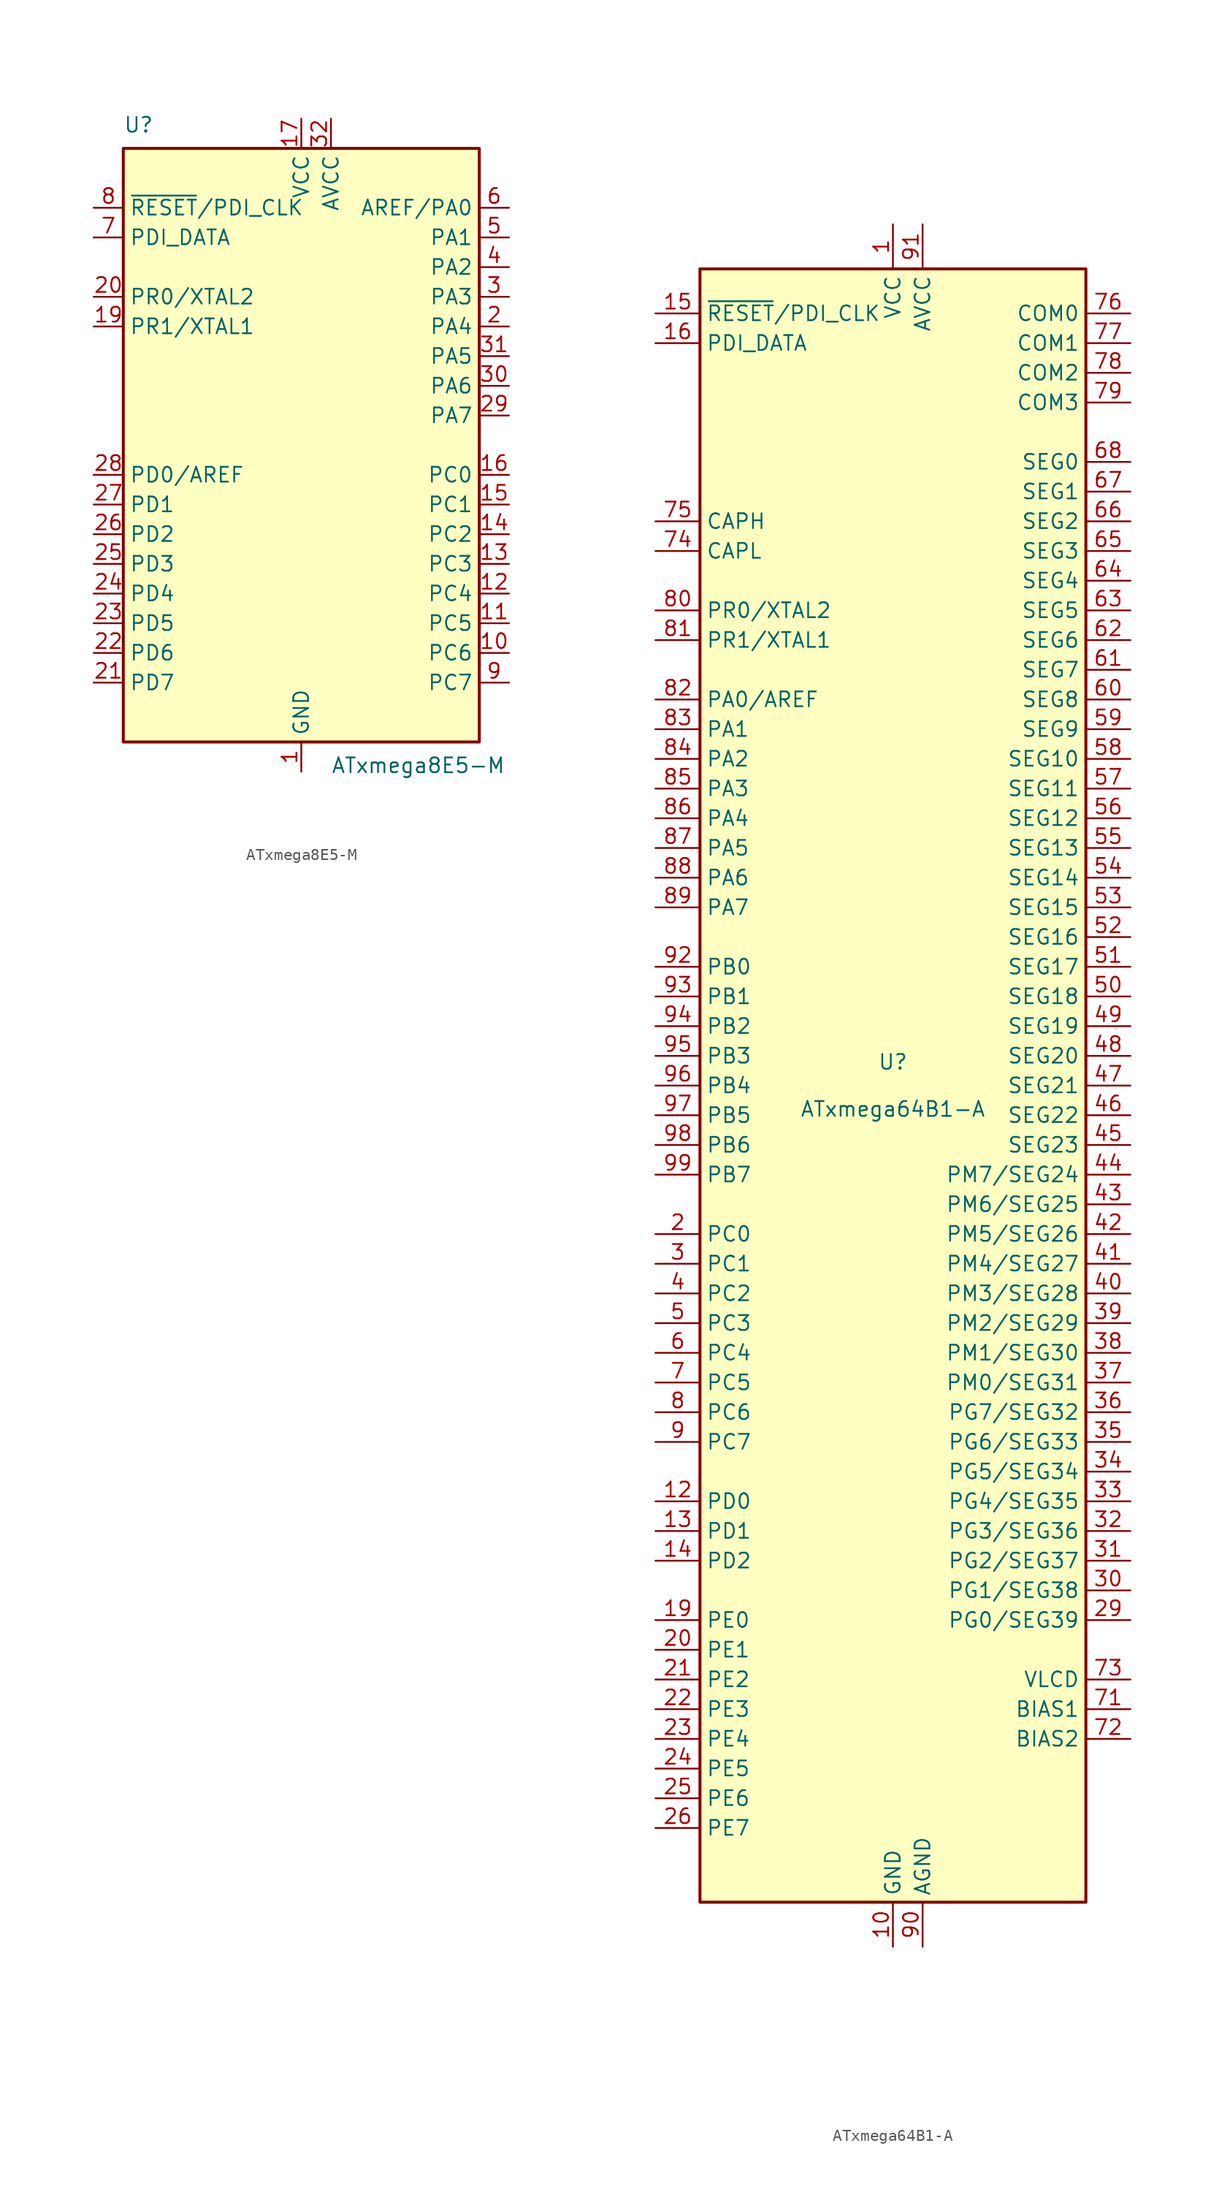
<source format=kicad_sym>
(kicad_symbol_lib
  (version 20241209)
  (generator "kicad_symbol_editor")
  (generator_version "9.0")
  (symbol "ATxmega8E5-M"
    (property "Reference" "U"
      (at -15.24 26.67 0)
      (effects (font (size 1.27 1.27)) (justify left bottom)))
    (property "Value" "ATxmega8E5-M"
      (at 2.54 -26.67 0)
      (effects (font (size 1.27 1.27)) (justify left top)))
    (symbol "ATxmega8E5-M_0_1"
      (rectangle (start -15.24 -25.4) (end 15.24 25.4) (stroke (width 0.254) (type default)) (fill (type background))))
    (symbol "ATxmega8E5-M_1_1"
      (pin input line (at -17.78 20.32 0) (length 2.54) (name "~{RESET}/PDI_CLK" (effects (font (size 1.27 1.27)))) (number "8" (effects (font (size 1.27 1.27)))))
      (pin bidirectional line (at -17.78 17.78 0) (length 2.54) (name "PDI_DATA" (effects (font (size 1.27 1.27)))) (number "7" (effects (font (size 1.27 1.27)))))
      (pin bidirectional line (at -17.78 12.7 0) (length 2.54) (name "PR0/XTAL2" (effects (font (size 1.27 1.27)))) (number "20" (effects (font (size 1.27 1.27)))))
      (pin bidirectional line (at -17.78 10.16 0) (length 2.54) (name "PR1/XTAL1" (effects (font (size 1.27 1.27)))) (number "19" (effects (font (size 1.27 1.27)))))
      (pin bidirectional line (at -17.78 -2.54 0) (length 2.54) (name "PD0/AREF" (effects (font (size 1.27 1.27)))) (number "28" (effects (font (size 1.27 1.27)))))
      (pin bidirectional line (at -17.78 -5.08 0) (length 2.54) (name "PD1" (effects (font (size 1.27 1.27)))) (number "27" (effects (font (size 1.27 1.27)))))
      (pin bidirectional line (at -17.78 -7.62 0) (length 2.54) (name "PD2" (effects (font (size 1.27 1.27)))) (number "26" (effects (font (size 1.27 1.27)))))
      (pin bidirectional line (at -17.78 -10.16 0) (length 2.54) (name "PD3" (effects (font (size 1.27 1.27)))) (number "25" (effects (font (size 1.27 1.27)))))
      (pin bidirectional line (at -17.78 -12.7 0) (length 2.54) (name "PD4" (effects (font (size 1.27 1.27)))) (number "24" (effects (font (size 1.27 1.27)))))
      (pin bidirectional line (at -17.78 -15.24 0) (length 2.54) (name "PD5" (effects (font (size 1.27 1.27)))) (number "23" (effects (font (size 1.27 1.27)))))
      (pin bidirectional line (at -17.78 -17.78 0) (length 2.54) (name "PD6" (effects (font (size 1.27 1.27)))) (number "22" (effects (font (size 1.27 1.27)))))
      (pin bidirectional line (at -17.78 -20.32 0) (length 2.54) (name "PD7" (effects (font (size 1.27 1.27)))) (number "21" (effects (font (size 1.27 1.27)))))
      (pin power_in line (at 0 27.94 270) (length 2.54) (name "VCC" (effects (font (size 1.27 1.27)))) (number "17" (effects (font (size 1.27 1.27)))))
      (pin power_in line (at 0 -27.94 90) (length 2.54) (name "GND" (effects (font (size 1.27 1.27)))) (number "1" (effects (font (size 1.27 1.27)))))
      (pin passive line (at 0 -27.94 90) (length 2.54) (hide yes) (name "GND" (effects (font (size 1.27 1.27)))) (number "18" (effects (font (size 1.27 1.27)))))
      (pin passive line (at 0 -27.94 90) (length 2.54) (hide yes) (name "GND" (effects (font (size 1.27 1.27)))) (number "33" (effects (font (size 1.27 1.27)))))
      (pin power_in line (at 2.54 27.94 270) (length 2.54) (name "AVCC" (effects (font (size 1.27 1.27)))) (number "32" (effects (font (size 1.27 1.27)))))
      (pin bidirectional line (at 17.78 20.32 180) (length 2.54) (name "AREF/PA0" (effects (font (size 1.27 1.27)))) (number "6" (effects (font (size 1.27 1.27)))))
      (pin bidirectional line (at 17.78 17.78 180) (length 2.54) (name "PA1" (effects (font (size 1.27 1.27)))) (number "5" (effects (font (size 1.27 1.27)))))
      (pin bidirectional line (at 17.78 15.24 180) (length 2.54) (name "PA2" (effects (font (size 1.27 1.27)))) (number "4" (effects (font (size 1.27 1.27)))))
      (pin bidirectional line (at 17.78 12.7 180) (length 2.54) (name "PA3" (effects (font (size 1.27 1.27)))) (number "3" (effects (font (size 1.27 1.27)))))
      (pin bidirectional line (at 17.78 10.16 180) (length 2.54) (name "PA4" (effects (font (size 1.27 1.27)))) (number "2" (effects (font (size 1.27 1.27)))))
      (pin bidirectional line (at 17.78 7.62 180) (length 2.54) (name "PA5" (effects (font (size 1.27 1.27)))) (number "31" (effects (font (size 1.27 1.27)))))
      (pin bidirectional line (at 17.78 5.08 180) (length 2.54) (name "PA6" (effects (font (size 1.27 1.27)))) (number "30" (effects (font (size 1.27 1.27)))))
      (pin bidirectional line (at 17.78 2.54 180) (length 2.54) (name "PA7" (effects (font (size 1.27 1.27)))) (number "29" (effects (font (size 1.27 1.27)))))
      (pin bidirectional line (at 17.78 -2.54 180) (length 2.54) (name "PC0" (effects (font (size 1.27 1.27)))) (number "16" (effects (font (size 1.27 1.27)))))
      (pin bidirectional line (at 17.78 -5.08 180) (length 2.54) (name "PC1" (effects (font (size 1.27 1.27)))) (number "15" (effects (font (size 1.27 1.27)))))
      (pin bidirectional line (at 17.78 -7.62 180) (length 2.54) (name "PC2" (effects (font (size 1.27 1.27)))) (number "14" (effects (font (size 1.27 1.27)))))
      (pin bidirectional line (at 17.78 -10.16 180) (length 2.54) (name "PC3" (effects (font (size 1.27 1.27)))) (number "13" (effects (font (size 1.27 1.27)))))
      (pin bidirectional line (at 17.78 -12.7 180) (length 2.54) (name "PC4" (effects (font (size 1.27 1.27)))) (number "12" (effects (font (size 1.27 1.27)))))
      (pin bidirectional line (at 17.78 -15.24 180) (length 2.54) (name "PC5" (effects (font (size 1.27 1.27)))) (number "11" (effects (font (size 1.27 1.27)))))
      (pin bidirectional line (at 17.78 -17.78 180) (length 2.54) (name "PC6" (effects (font (size 1.27 1.27)))) (number "10" (effects (font (size 1.27 1.27)))))
      (pin bidirectional line (at 17.78 -20.32 180) (length 2.54) (name "PC7" (effects (font (size 1.27 1.27)))) (number "9" (effects (font (size 1.27 1.27)))))))
  (symbol "ATxmega64B1-A"
    (property "Reference" "U"
      (at 0 1.27 0)
      (effects (font (size 1.27 1.27)) (justify bottom)))
    (property "Value" "ATxmega64B1-A"
      (at 0 -1.27 0)
      (effects (font (size 1.27 1.27)) (justify top)))
    (symbol "ATxmega64B1-A_0_1"
      (rectangle (start -16.51 -69.85) (end 16.51 69.85) (stroke (width 0.254) (type default)) (fill (type background))))
    (symbol "ATxmega64B1-A_1_1"
      (pin input line (at -20.32 66.04 0) (length 3.81) (name "~{RESET}/PDI_CLK" (effects (font (size 1.27 1.27)))) (number "15" (effects (font (size 1.27 1.27)))))
      (pin bidirectional line (at -20.32 63.5 0) (length 3.81) (name "PDI_DATA" (effects (font (size 1.27 1.27)))) (number "16" (effects (font (size 1.27 1.27)))))
      (pin passive line (at -20.32 48.26 0) (length 3.81) (name "CAPH" (effects (font (size 1.27 1.27)))) (number "75" (effects (font (size 1.27 1.27)))))
      (pin passive line (at -20.32 45.72 0) (length 3.81) (name "CAPL" (effects (font (size 1.27 1.27)))) (number "74" (effects (font (size 1.27 1.27)))))
      (pin bidirectional line (at -20.32 40.64 0) (length 3.81) (name "PR0/XTAL2" (effects (font (size 1.27 1.27)))) (number "80" (effects (font (size 1.27 1.27)))))
      (pin bidirectional line (at -20.32 38.1 0) (length 3.81) (name "PR1/XTAL1" (effects (font (size 1.27 1.27)))) (number "81" (effects (font (size 1.27 1.27)))))
      (pin bidirectional line (at -20.32 33.02 0) (length 3.81) (name "PA0/AREF" (effects (font (size 1.27 1.27)))) (number "82" (effects (font (size 1.27 1.27)))))
      (pin bidirectional line (at -20.32 30.48 0) (length 3.81) (name "PA1" (effects (font (size 1.27 1.27)))) (number "83" (effects (font (size 1.27 1.27)))))
      (pin bidirectional line (at -20.32 27.94 0) (length 3.81) (name "PA2" (effects (font (size 1.27 1.27)))) (number "84" (effects (font (size 1.27 1.27)))))
      (pin bidirectional line (at -20.32 25.4 0) (length 3.81) (name "PA3" (effects (font (size 1.27 1.27)))) (number "85" (effects (font (size 1.27 1.27)))))
      (pin bidirectional line (at -20.32 22.86 0) (length 3.81) (name "PA4" (effects (font (size 1.27 1.27)))) (number "86" (effects (font (size 1.27 1.27)))))
      (pin bidirectional line (at -20.32 20.32 0) (length 3.81) (name "PA5" (effects (font (size 1.27 1.27)))) (number "87" (effects (font (size 1.27 1.27)))))
      (pin bidirectional line (at -20.32 17.78 0) (length 3.81) (name "PA6" (effects (font (size 1.27 1.27)))) (number "88" (effects (font (size 1.27 1.27)))))
      (pin bidirectional line (at -20.32 15.24 0) (length 3.81) (name "PA7" (effects (font (size 1.27 1.27)))) (number "89" (effects (font (size 1.27 1.27)))))
      (pin bidirectional line (at -20.32 10.16 0) (length 3.81) (name "PB0" (effects (font (size 1.27 1.27)))) (number "92" (effects (font (size 1.27 1.27)))))
      (pin bidirectional line (at -20.32 7.62 0) (length 3.81) (name "PB1" (effects (font (size 1.27 1.27)))) (number "93" (effects (font (size 1.27 1.27)))))
      (pin bidirectional line (at -20.32 5.08 0) (length 3.81) (name "PB2" (effects (font (size 1.27 1.27)))) (number "94" (effects (font (size 1.27 1.27)))))
      (pin bidirectional line (at -20.32 2.54 0) (length 3.81) (name "PB3" (effects (font (size 1.27 1.27)))) (number "95" (effects (font (size 1.27 1.27)))))
      (pin bidirectional line (at -20.32 0 0) (length 3.81) (name "PB4" (effects (font (size 1.27 1.27)))) (number "96" (effects (font (size 1.27 1.27)))))
      (pin bidirectional line (at -20.32 -2.54 0) (length 3.81) (name "PB5" (effects (font (size 1.27 1.27)))) (number "97" (effects (font (size 1.27 1.27)))))
      (pin bidirectional line (at -20.32 -5.08 0) (length 3.81) (name "PB6" (effects (font (size 1.27 1.27)))) (number "98" (effects (font (size 1.27 1.27)))))
      (pin bidirectional line (at -20.32 -7.62 0) (length 3.81) (name "PB7" (effects (font (size 1.27 1.27)))) (number "99" (effects (font (size 1.27 1.27)))))
      (pin bidirectional line (at -20.32 -12.7 0) (length 3.81) (name "PC0" (effects (font (size 1.27 1.27)))) (number "2" (effects (font (size 1.27 1.27)))))
      (pin bidirectional line (at -20.32 -15.24 0) (length 3.81) (name "PC1" (effects (font (size 1.27 1.27)))) (number "3" (effects (font (size 1.27 1.27)))))
      (pin bidirectional line (at -20.32 -17.78 0) (length 3.81) (name "PC2" (effects (font (size 1.27 1.27)))) (number "4" (effects (font (size 1.27 1.27)))))
      (pin bidirectional line (at -20.32 -20.32 0) (length 3.81) (name "PC3" (effects (font (size 1.27 1.27)))) (number "5" (effects (font (size 1.27 1.27)))))
      (pin bidirectional line (at -20.32 -22.86 0) (length 3.81) (name "PC4" (effects (font (size 1.27 1.27)))) (number "6" (effects (font (size 1.27 1.27)))))
      (pin bidirectional line (at -20.32 -25.4 0) (length 3.81) (name "PC5" (effects (font (size 1.27 1.27)))) (number "7" (effects (font (size 1.27 1.27)))))
      (pin bidirectional line (at -20.32 -27.94 0) (length 3.81) (name "PC6" (effects (font (size 1.27 1.27)))) (number "8" (effects (font (size 1.27 1.27)))))
      (pin bidirectional line (at -20.32 -30.48 0) (length 3.81) (name "PC7" (effects (font (size 1.27 1.27)))) (number "9" (effects (font (size 1.27 1.27)))))
      (pin bidirectional line (at -20.32 -35.56 0) (length 3.81) (name "PD0" (effects (font (size 1.27 1.27)))) (number "12" (effects (font (size 1.27 1.27)))))
      (pin bidirectional line (at -20.32 -38.1 0) (length 3.81) (name "PD1" (effects (font (size 1.27 1.27)))) (number "13" (effects (font (size 1.27 1.27)))))
      (pin bidirectional line (at -20.32 -40.64 0) (length 3.81) (name "PD2" (effects (font (size 1.27 1.27)))) (number "14" (effects (font (size 1.27 1.27)))))
      (pin bidirectional line (at -20.32 -45.72 0) (length 3.81) (name "PE0" (effects (font (size 1.27 1.27)))) (number "19" (effects (font (size 1.27 1.27)))))
      (pin bidirectional line (at -20.32 -48.26 0) (length 3.81) (name "PE1" (effects (font (size 1.27 1.27)))) (number "20" (effects (font (size 1.27 1.27)))))
      (pin bidirectional line (at -20.32 -50.8 0) (length 3.81) (name "PE2" (effects (font (size 1.27 1.27)))) (number "21" (effects (font (size 1.27 1.27)))))
      (pin bidirectional line (at -20.32 -53.34 0) (length 3.81) (name "PE3" (effects (font (size 1.27 1.27)))) (number "22" (effects (font (size 1.27 1.27)))))
      (pin bidirectional line (at -20.32 -55.88 0) (length 3.81) (name "PE4" (effects (font (size 1.27 1.27)))) (number "23" (effects (font (size 1.27 1.27)))))
      (pin bidirectional line (at -20.32 -58.42 0) (length 3.81) (name "PE5" (effects (font (size 1.27 1.27)))) (number "24" (effects (font (size 1.27 1.27)))))
      (pin bidirectional line (at -20.32 -60.96 0) (length 3.81) (name "PE6" (effects (font (size 1.27 1.27)))) (number "25" (effects (font (size 1.27 1.27)))))
      (pin bidirectional line (at -20.32 -63.5 0) (length 3.81) (name "PE7" (effects (font (size 1.27 1.27)))) (number "26" (effects (font (size 1.27 1.27)))))
      (pin power_in line (at 0 73.66 270) (length 3.81) (name "VCC" (effects (font (size 1.27 1.27)))) (number "1" (effects (font (size 1.27 1.27)))))
      (pin passive line (at 0 73.66 270) (length 3.81) (hide yes) (name "VCC" (effects (font (size 1.27 1.27)))) (number "11" (effects (font (size 1.27 1.27)))))
      (pin passive line (at 0 73.66 270) (length 3.81) (hide yes) (name "VCC" (effects (font (size 1.27 1.27)))) (number "18" (effects (font (size 1.27 1.27)))))
      (pin passive line (at 0 73.66 270) (length 3.81) (hide yes) (name "VCC" (effects (font (size 1.27 1.27)))) (number "28" (effects (font (size 1.27 1.27)))))
      (pin passive line (at 0 73.66 270) (length 3.81) (hide yes) (name "VCC" (effects (font (size 1.27 1.27)))) (number "70" (effects (font (size 1.27 1.27)))))
      (pin power_in line (at 0 -73.66 90) (length 3.81) (name "GND" (effects (font (size 1.27 1.27)))) (number "10" (effects (font (size 1.27 1.27)))))
      (pin passive line (at 0 -73.66 90) (length 3.81) (hide yes) (name "GND" (effects (font (size 1.27 1.27)))) (number "100" (effects (font (size 1.27 1.27)))))
      (pin passive line (at 0 -73.66 90) (length 3.81) (hide yes) (name "GND" (effects (font (size 1.27 1.27)))) (number "17" (effects (font (size 1.27 1.27)))))
      (pin passive line (at 0 -73.66 90) (length 3.81) (hide yes) (name "GND" (effects (font (size 1.27 1.27)))) (number "27" (effects (font (size 1.27 1.27)))))
      (pin passive line (at 0 -73.66 90) (length 3.81) (hide yes) (name "GND" (effects (font (size 1.27 1.27)))) (number "69" (effects (font (size 1.27 1.27)))))
      (pin power_in line (at 2.54 73.66 270) (length 3.81) (name "AVCC" (effects (font (size 1.27 1.27)))) (number "91" (effects (font (size 1.27 1.27)))))
      (pin power_in line (at 2.54 -73.66 90) (length 3.81) (name "AGND" (effects (font (size 1.27 1.27)))) (number "90" (effects (font (size 1.27 1.27)))))
      (pin output line (at 20.32 66.04 180) (length 3.81) (name "COM0" (effects (font (size 1.27 1.27)))) (number "76" (effects (font (size 1.27 1.27)))))
      (pin output line (at 20.32 63.5 180) (length 3.81) (name "COM1" (effects (font (size 1.27 1.27)))) (number "77" (effects (font (size 1.27 1.27)))))
      (pin output line (at 20.32 60.96 180) (length 3.81) (name "COM2" (effects (font (size 1.27 1.27)))) (number "78" (effects (font (size 1.27 1.27)))))
      (pin output line (at 20.32 58.42 180) (length 3.81) (name "COM3" (effects (font (size 1.27 1.27)))) (number "79" (effects (font (size 1.27 1.27)))))
      (pin output line (at 20.32 53.34 180) (length 3.81) (name "SEG0" (effects (font (size 1.27 1.27)))) (number "68" (effects (font (size 1.27 1.27)))))
      (pin output line (at 20.32 50.8 180) (length 3.81) (name "SEG1" (effects (font (size 1.27 1.27)))) (number "67" (effects (font (size 1.27 1.27)))))
      (pin output line (at 20.32 48.26 180) (length 3.81) (name "SEG2" (effects (font (size 1.27 1.27)))) (number "66" (effects (font (size 1.27 1.27)))))
      (pin output line (at 20.32 45.72 180) (length 3.81) (name "SEG3" (effects (font (size 1.27 1.27)))) (number "65" (effects (font (size 1.27 1.27)))))
      (pin output line (at 20.32 43.18 180) (length 3.81) (name "SEG4" (effects (font (size 1.27 1.27)))) (number "64" (effects (font (size 1.27 1.27)))))
      (pin output line (at 20.32 40.64 180) (length 3.81) (name "SEG5" (effects (font (size 1.27 1.27)))) (number "63" (effects (font (size 1.27 1.27)))))
      (pin output line (at 20.32 38.1 180) (length 3.81) (name "SEG6" (effects (font (size 1.27 1.27)))) (number "62" (effects (font (size 1.27 1.27)))))
      (pin output line (at 20.32 35.56 180) (length 3.81) (name "SEG7" (effects (font (size 1.27 1.27)))) (number "61" (effects (font (size 1.27 1.27)))))
      (pin output line (at 20.32 33.02 180) (length 3.81) (name "SEG8" (effects (font (size 1.27 1.27)))) (number "60" (effects (font (size 1.27 1.27)))))
      (pin output line (at 20.32 30.48 180) (length 3.81) (name "SEG9" (effects (font (size 1.27 1.27)))) (number "59" (effects (font (size 1.27 1.27)))))
      (pin output line (at 20.32 27.94 180) (length 3.81) (name "SEG10" (effects (font (size 1.27 1.27)))) (number "58" (effects (font (size 1.27 1.27)))))
      (pin output line (at 20.32 25.4 180) (length 3.81) (name "SEG11" (effects (font (size 1.27 1.27)))) (number "57" (effects (font (size 1.27 1.27)))))
      (pin output line (at 20.32 22.86 180) (length 3.81) (name "SEG12" (effects (font (size 1.27 1.27)))) (number "56" (effects (font (size 1.27 1.27)))))
      (pin output line (at 20.32 20.32 180) (length 3.81) (name "SEG13" (effects (font (size 1.27 1.27)))) (number "55" (effects (font (size 1.27 1.27)))))
      (pin output line (at 20.32 17.78 180) (length 3.81) (name "SEG14" (effects (font (size 1.27 1.27)))) (number "54" (effects (font (size 1.27 1.27)))))
      (pin output line (at 20.32 15.24 180) (length 3.81) (name "SEG15" (effects (font (size 1.27 1.27)))) (number "53" (effects (font (size 1.27 1.27)))))
      (pin output line (at 20.32 12.7 180) (length 3.81) (name "SEG16" (effects (font (size 1.27 1.27)))) (number "52" (effects (font (size 1.27 1.27)))))
      (pin output line (at 20.32 10.16 180) (length 3.81) (name "SEG17" (effects (font (size 1.27 1.27)))) (number "51" (effects (font (size 1.27 1.27)))))
      (pin output line (at 20.32 7.62 180) (length 3.81) (name "SEG18" (effects (font (size 1.27 1.27)))) (number "50" (effects (font (size 1.27 1.27)))))
      (pin output line (at 20.32 5.08 180) (length 3.81) (name "SEG19" (effects (font (size 1.27 1.27)))) (number "49" (effects (font (size 1.27 1.27)))))
      (pin output line (at 20.32 2.54 180) (length 3.81) (name "SEG20" (effects (font (size 1.27 1.27)))) (number "48" (effects (font (size 1.27 1.27)))))
      (pin output line (at 20.32 0 180) (length 3.81) (name "SEG21" (effects (font (size 1.27 1.27)))) (number "47" (effects (font (size 1.27 1.27)))))
      (pin output line (at 20.32 -2.54 180) (length 3.81) (name "SEG22" (effects (font (size 1.27 1.27)))) (number "46" (effects (font (size 1.27 1.27)))))
      (pin output line (at 20.32 -5.08 180) (length 3.81) (name "SEG23" (effects (font (size 1.27 1.27)))) (number "45" (effects (font (size 1.27 1.27)))))
      (pin bidirectional line (at 20.32 -7.62 180) (length 3.81) (name "PM7/SEG24" (effects (font (size 1.27 1.27)))) (number "44" (effects (font (size 1.27 1.27)))))
      (pin bidirectional line (at 20.32 -10.16 180) (length 3.81) (name "PM6/SEG25" (effects (font (size 1.27 1.27)))) (number "43" (effects (font (size 1.27 1.27)))))
      (pin bidirectional line (at 20.32 -12.7 180) (length 3.81) (name "PM5/SEG26" (effects (font (size 1.27 1.27)))) (number "42" (effects (font (size 1.27 1.27)))))
      (pin bidirectional line (at 20.32 -15.24 180) (length 3.81) (name "PM4/SEG27" (effects (font (size 1.27 1.27)))) (number "41" (effects (font (size 1.27 1.27)))))
      (pin bidirectional line (at 20.32 -17.78 180) (length 3.81) (name "PM3/SEG28" (effects (font (size 1.27 1.27)))) (number "40" (effects (font (size 1.27 1.27)))))
      (pin bidirectional line (at 20.32 -20.32 180) (length 3.81) (name "PM2/SEG29" (effects (font (size 1.27 1.27)))) (number "39" (effects (font (size 1.27 1.27)))))
      (pin bidirectional line (at 20.32 -22.86 180) (length 3.81) (name "PM1/SEG30" (effects (font (size 1.27 1.27)))) (number "38" (effects (font (size 1.27 1.27)))))
      (pin bidirectional line (at 20.32 -25.4 180) (length 3.81) (name "PM0/SEG31" (effects (font (size 1.27 1.27)))) (number "37" (effects (font (size 1.27 1.27)))))
      (pin bidirectional line (at 20.32 -27.94 180) (length 3.81) (name "PG7/SEG32" (effects (font (size 1.27 1.27)))) (number "36" (effects (font (size 1.27 1.27)))))
      (pin bidirectional line (at 20.32 -30.48 180) (length 3.81) (name "PG6/SEG33" (effects (font (size 1.27 1.27)))) (number "35" (effects (font (size 1.27 1.27)))))
      (pin bidirectional line (at 20.32 -33.02 180) (length 3.81) (name "PG5/SEG34" (effects (font (size 1.27 1.27)))) (number "34" (effects (font (size 1.27 1.27)))))
      (pin bidirectional line (at 20.32 -35.56 180) (length 3.81) (name "PG4/SEG35" (effects (font (size 1.27 1.27)))) (number "33" (effects (font (size 1.27 1.27)))))
      (pin bidirectional line (at 20.32 -38.1 180) (length 3.81) (name "PG3/SEG36" (effects (font (size 1.27 1.27)))) (number "32" (effects (font (size 1.27 1.27)))))
      (pin bidirectional line (at 20.32 -40.64 180) (length 3.81) (name "PG2/SEG37" (effects (font (size 1.27 1.27)))) (number "31" (effects (font (size 1.27 1.27)))))
      (pin bidirectional line (at 20.32 -43.18 180) (length 3.81) (name "PG1/SEG38" (effects (font (size 1.27 1.27)))) (number "30" (effects (font (size 1.27 1.27)))))
      (pin bidirectional line (at 20.32 -45.72 180) (length 3.81) (name "PG0/SEG39" (effects (font (size 1.27 1.27)))) (number "29" (effects (font (size 1.27 1.27)))))
      (pin power_out line (at 20.32 -50.8 180) (length 3.81) (name "VLCD" (effects (font (size 1.27 1.27)))) (number "73" (effects (font (size 1.27 1.27)))))
      (pin power_out line (at 20.32 -53.34 180) (length 3.81) (name "BIAS1" (effects (font (size 1.27 1.27)))) (number "71" (effects (font (size 1.27 1.27)))))
      (pin power_out line (at 20.32 -55.88 180) (length 3.81) (name "BIAS2" (effects (font (size 1.27 1.27)))) (number "72" (effects (font (size 1.27 1.27))))))))
</source>
